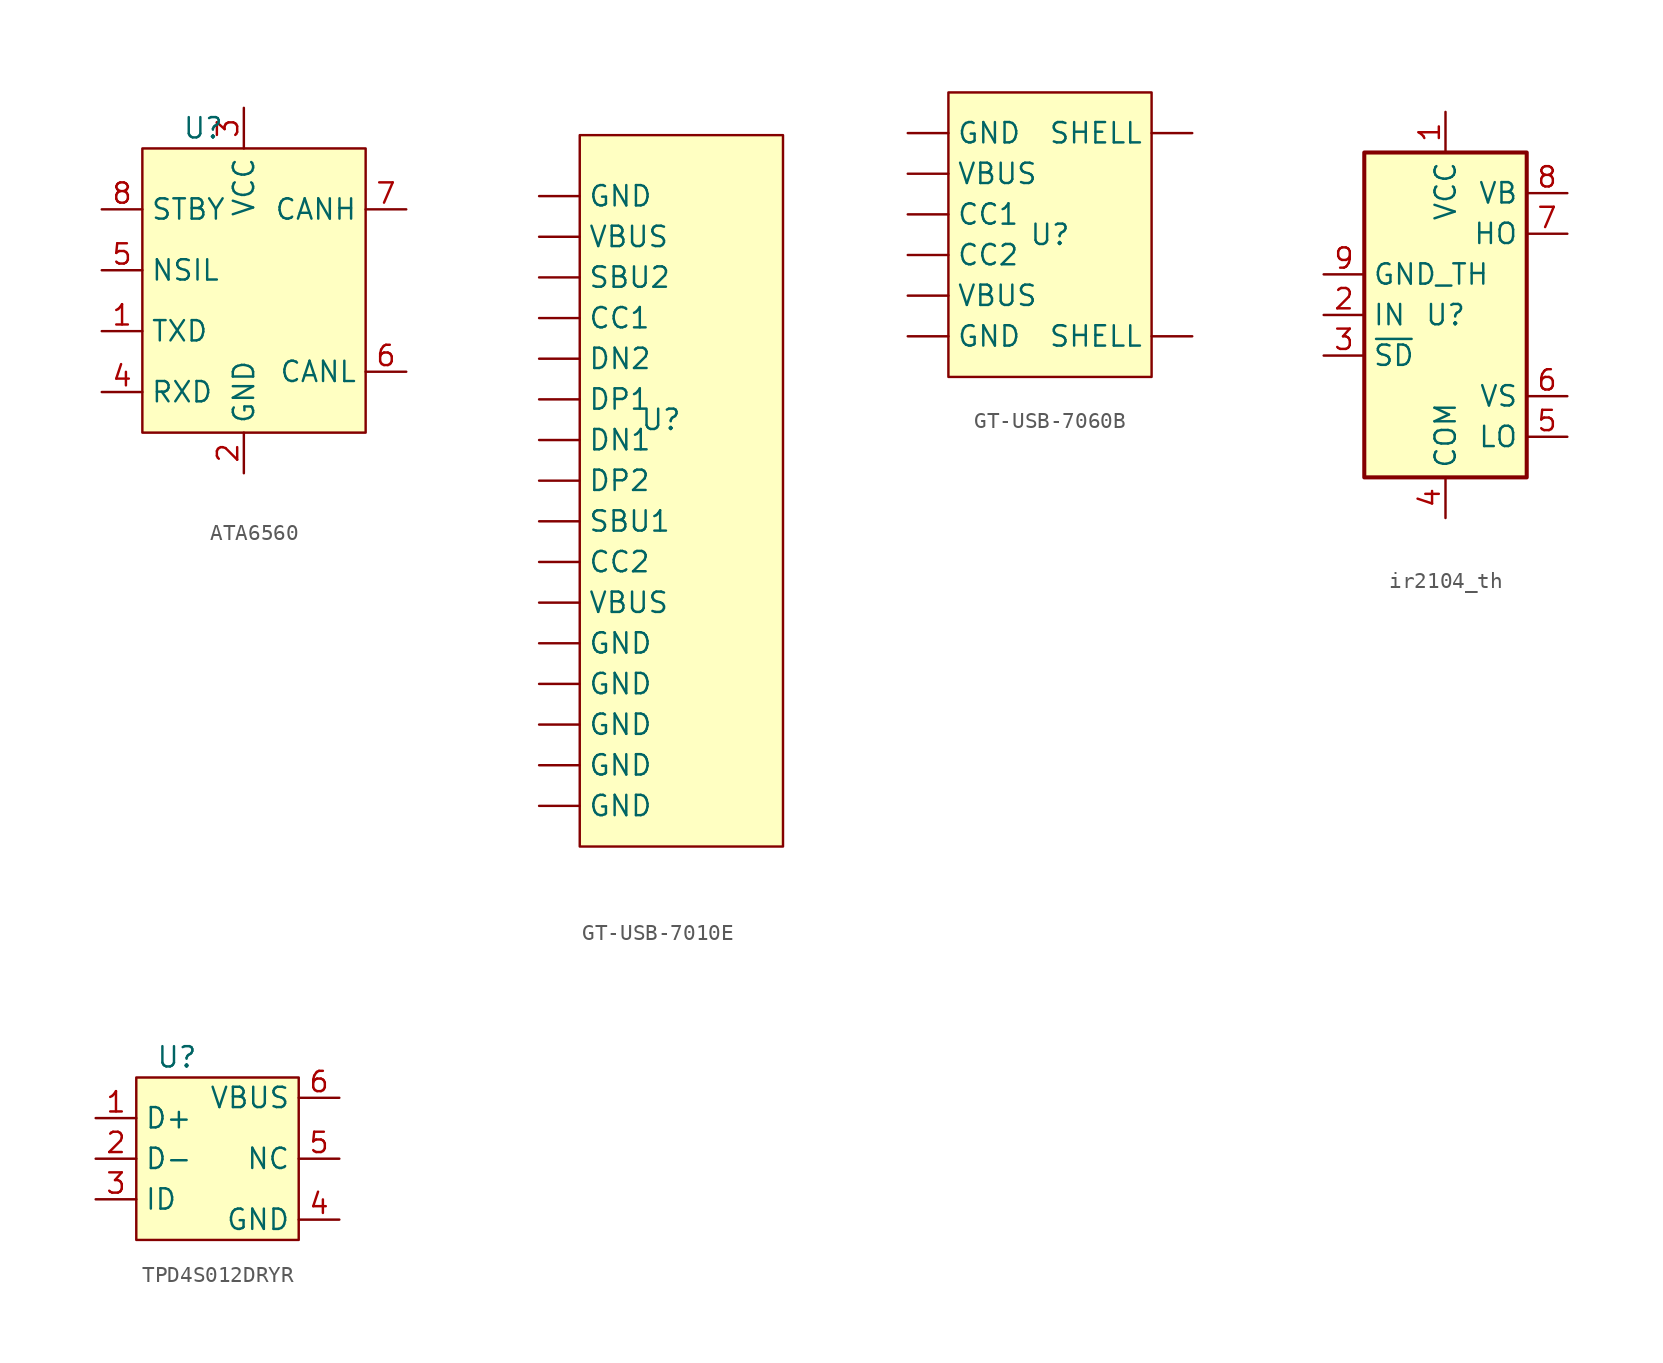
<source format=kicad_sym>
(kicad_symbol_lib
  (version 20220914)
  (generator kicad_symbol_editor)
  (symbol "ATA6560"
    (property "Reference" "U"
      (at -2.54 10.16 0)
      (effects (font (size 1.27 1.27))))
    (property "Value" ""
      (at 0 0 0)
      (effects (font (size 1.27 1.27))))
    (symbol "ATA6560_1_1"
      (rectangle (start -6.35 8.89) (end 7.62 -8.89) (stroke (width 0) (type default)) (fill (type background)))
      (pin input line (at -8.89 -2.54 0) (length 2.54) (name "TXD" (effects (font (size 1.27 1.27)))) (number "1" (effects (font (size 1.27 1.27)))))
      (pin power_in line (at 0 -11.43 90) (length 2.54) (name "GND" (effects (font (size 1.27 1.27)))) (number "2" (effects (font (size 1.27 1.27)))))
      (pin power_in line (at 0 11.43 270) (length 2.54) (name "VCC" (effects (font (size 1.27 1.27)))) (number "3" (effects (font (size 1.27 1.27)))))
      (pin output line (at -8.89 -6.35 0) (length 2.54) (name "RXD" (effects (font (size 1.27 1.27)))) (number "4" (effects (font (size 1.27 1.27)))))
      (pin input line (at -8.89 1.27 0) (length 2.54) (name "NSIL" (effects (font (size 1.27 1.27)))) (number "5" (effects (font (size 1.27 1.27)))))
      (pin bidirectional line (at 10.16 -5.08 180) (length 2.54) (name "CANL" (effects (font (size 1.27 1.27)))) (number "6" (effects (font (size 1.27 1.27)))))
      (pin bidirectional line (at 10.16 5.08 180) (length 2.54) (name "CANH" (effects (font (size 1.27 1.27)))) (number "7" (effects (font (size 1.27 1.27)))))
      (pin input line (at -8.89 5.08 0) (length 2.54) (name "STBY" (effects (font (size 1.27 1.27)))) (number "8" (effects (font (size 1.27 1.27)))))))
  (symbol "GT-USB-7010E"
    (property "Reference" "U"
      (at -1.27 5.08 0)
      (effects (font (size 1.27 1.27))))
    (property "Value" ""
      (at -1.27 5.08 0)
      (effects (font (size 1.27 1.27))))
    (symbol "GT-USB-7010E_1_1"
      (rectangle (start -6.35 22.86) (end 6.35 -21.59) (stroke (width 0) (type default)) (fill (type background)))
      (pin input line (at -8.89 11.43 0) (length 2.54) (name "CC1" (effects (font (size 1.27 1.27)))) (number "" (effects (font (size 1.27 1.27)))))
      (pin input line (at -8.89 -3.81 0) (length 2.54) (name "CC2" (effects (font (size 1.27 1.27)))) (number "" (effects (font (size 1.27 1.27)))))
      (pin bidirectional line (at -8.89 3.81 0) (length 2.54) (name "DN1" (effects (font (size 1.27 1.27)))) (number "" (effects (font (size 1.27 1.27)))))
      (pin bidirectional line (at -8.89 8.89 0) (length 2.54) (name "DN2" (effects (font (size 1.27 1.27)))) (number "" (effects (font (size 1.27 1.27)))))
      (pin bidirectional line (at -8.89 6.35 0) (length 2.54) (name "DP1" (effects (font (size 1.27 1.27)))) (number "" (effects (font (size 1.27 1.27)))))
      (pin bidirectional line (at -8.89 1.27 0) (length 2.54) (name "DP2" (effects (font (size 1.27 1.27)))) (number "" (effects (font (size 1.27 1.27)))))
      (pin input line (at -8.89 -19.05 0) (length 2.54) (name "GND" (effects (font (size 1.27 1.27)))) (number "" (effects (font (size 1.27 1.27)))))
      (pin input line (at -8.89 -16.51 0) (length 2.54) (name "GND" (effects (font (size 1.27 1.27)))) (number "" (effects (font (size 1.27 1.27)))))
      (pin input line (at -8.89 -13.97 0) (length 2.54) (name "GND" (effects (font (size 1.27 1.27)))) (number "" (effects (font (size 1.27 1.27)))))
      (pin input line (at -8.89 -11.43 0) (length 2.54) (name "GND" (effects (font (size 1.27 1.27)))) (number "" (effects (font (size 1.27 1.27)))))
      (pin input line (at -8.89 -8.89 0) (length 2.54) (name "GND" (effects (font (size 1.27 1.27)))) (number "" (effects (font (size 1.27 1.27)))))
      (pin input line (at -8.89 19.05 0) (length 2.54) (name "GND" (effects (font (size 1.27 1.27)))) (number "" (effects (font (size 1.27 1.27)))))
      (pin input line (at -8.89 -1.27 0) (length 2.54) (name "SBU1" (effects (font (size 1.27 1.27)))) (number "" (effects (font (size 1.27 1.27)))))
      (pin input line (at -8.89 13.97 0) (length 2.54) (name "SBU2" (effects (font (size 1.27 1.27)))) (number "" (effects (font (size 1.27 1.27)))))
      (pin power_out line (at -8.89 -6.35 0) (length 2.54) (name "VBUS" (effects (font (size 1.27 1.27)))) (number "" (effects (font (size 1.27 1.27)))))
      (pin power_out line (at -8.89 16.51 0) (length 2.54) (name "VBUS" (effects (font (size 1.27 1.27)))) (number "" (effects (font (size 1.27 1.27)))))))
  (symbol "GT-USB-7060B"
    (property "Reference" "U"
      (at 0 0 0)
      (effects (font (size 1.27 1.27))))
    (property "Value" ""
      (at 0 0 0)
      (effects (font (size 1.27 1.27))))
    (symbol "GT-USB-7060B_1_1"
      (rectangle (start -6.35 8.89) (end 6.35 -8.89) (stroke (width 0) (type default)) (fill (type background)))
      (pin input line (at -8.89 1.27 0) (length 2.54) (name "CC1" (effects (font (size 1.27 1.27)))) (number "" (effects (font (size 1.27 1.27)))))
      (pin input line (at -8.89 -1.27 0) (length 2.54) (name "CC2" (effects (font (size 1.27 1.27)))) (number "" (effects (font (size 1.27 1.27)))))
      (pin input line (at -8.89 -6.35 0) (length 2.54) (name "GND" (effects (font (size 1.27 1.27)))) (number "" (effects (font (size 1.27 1.27)))))
      (pin input line (at -8.89 6.35 0) (length 2.54) (name "GND" (effects (font (size 1.27 1.27)))) (number "" (effects (font (size 1.27 1.27)))))
      (pin input line (at 8.89 -6.35 180) (length 2.54) (name "SHELL" (effects (font (size 1.27 1.27)))) (number "" (effects (font (size 1.27 1.27)))))
      (pin input line (at 8.89 6.35 180) (length 2.54) (name "SHELL" (effects (font (size 1.27 1.27)))) (number "" (effects (font (size 1.27 1.27)))))
      (pin output line (at -8.89 -3.81 0) (length 2.54) (name "VBUS" (effects (font (size 1.27 1.27)))) (number "" (effects (font (size 1.27 1.27)))))
      (pin output line (at -8.89 3.81 0) (length 2.54) (name "VBUS" (effects (font (size 1.27 1.27)))) (number "" (effects (font (size 1.27 1.27)))))))
  (symbol "ir2104_th"
    (property "Reference" "U"
      (at 0 0 0)
      (effects (font (size 1.27 1.27))))
    (property "Value" ""
      (at 0 0 0)
      (effects (font (size 1.27 1.27))))
    (symbol "ir2104_th_0_0"
      (text "" (at 0 0 0) (effects (font (size 1.27 1.27)))))
    (symbol "ir2104_th_0_1"
      (rectangle (start -5.08 10.16) (end 5.08 -10.16) (stroke (width 0.254) (type default)) (fill (type background))))
    (symbol "ir2104_th_1_1"
      (pin power_in line (at 0 12.7 270) (length 2.54) (name "VCC" (effects (font (size 1.27 1.27)))) (number "1" (effects (font (size 1.27 1.27)))))
      (pin input line (at -7.62 0 0) (length 2.54) (name "IN" (effects (font (size 1.27 1.27)))) (number "2" (effects (font (size 1.27 1.27)))))
      (pin input line (at -7.62 -2.54 0) (length 2.54) (name "~{SD}" (effects (font (size 1.27 1.27)))) (number "3" (effects (font (size 1.27 1.27)))))
      (pin power_in line (at 0 -12.7 90) (length 2.54) (name "COM" (effects (font (size 1.27 1.27)))) (number "4" (effects (font (size 1.27 1.27)))))
      (pin output line (at 7.62 -7.62 180) (length 2.54) (name "LO" (effects (font (size 1.27 1.27)))) (number "5" (effects (font (size 1.27 1.27)))))
      (pin passive line (at 7.62 -5.08 180) (length 2.54) (name "VS" (effects (font (size 1.27 1.27)))) (number "6" (effects (font (size 1.27 1.27)))))
      (pin output line (at 7.62 5.08 180) (length 2.54) (name "HO" (effects (font (size 1.27 1.27)))) (number "7" (effects (font (size 1.27 1.27)))))
      (pin passive line (at 7.62 7.62 180) (length 2.54) (name "VB" (effects (font (size 1.27 1.27)))) (number "8" (effects (font (size 1.27 1.27)))))
      (pin power_in line (at -7.62 2.54 0) (length 2.54) (name "GND_TH" (effects (font (size 1.27 1.27)))) (number "9" (effects (font (size 1.27 1.27)))))))
  (symbol "TPD4S012DRYR"
    (property "Reference" "U"
      (at -2.54 6.35 0)
      (effects (font (size 1.27 1.27))))
    (property "Value" ""
      (at 0 0 0)
      (effects (font (size 1.27 1.27))))
    (symbol "TPD4S012DRYR_1_1"
      (rectangle (start -5.08 5.08) (end 5.08 -5.08) (stroke (width 0) (type default)) (fill (type background)))
      (pin input line (at -7.62 2.54 0) (length 2.54) (name "D+" (effects (font (size 1.27 1.27)))) (number "1" (effects (font (size 1.27 1.27)))))
      (pin input line (at -7.62 0 0) (length 2.54) (name "D-" (effects (font (size 1.27 1.27)))) (number "2" (effects (font (size 1.27 1.27)))))
      (pin input line (at -7.62 -2.54 0) (length 2.54) (name "ID" (effects (font (size 1.27 1.27)))) (number "3" (effects (font (size 1.27 1.27)))))
      (pin input line (at 7.62 -3.81 180) (length 2.54) (name "GND" (effects (font (size 1.27 1.27)))) (number "4" (effects (font (size 1.27 1.27)))))
      (pin input line (at 7.62 0 180) (length 2.54) (name "NC" (effects (font (size 1.27 1.27)))) (number "5" (effects (font (size 1.27 1.27)))))
      (pin input line (at 7.62 3.81 180) (length 2.54) (name "VBUS" (effects (font (size 1.27 1.27)))) (number "6" (effects (font (size 1.27 1.27))))))))
</source>
